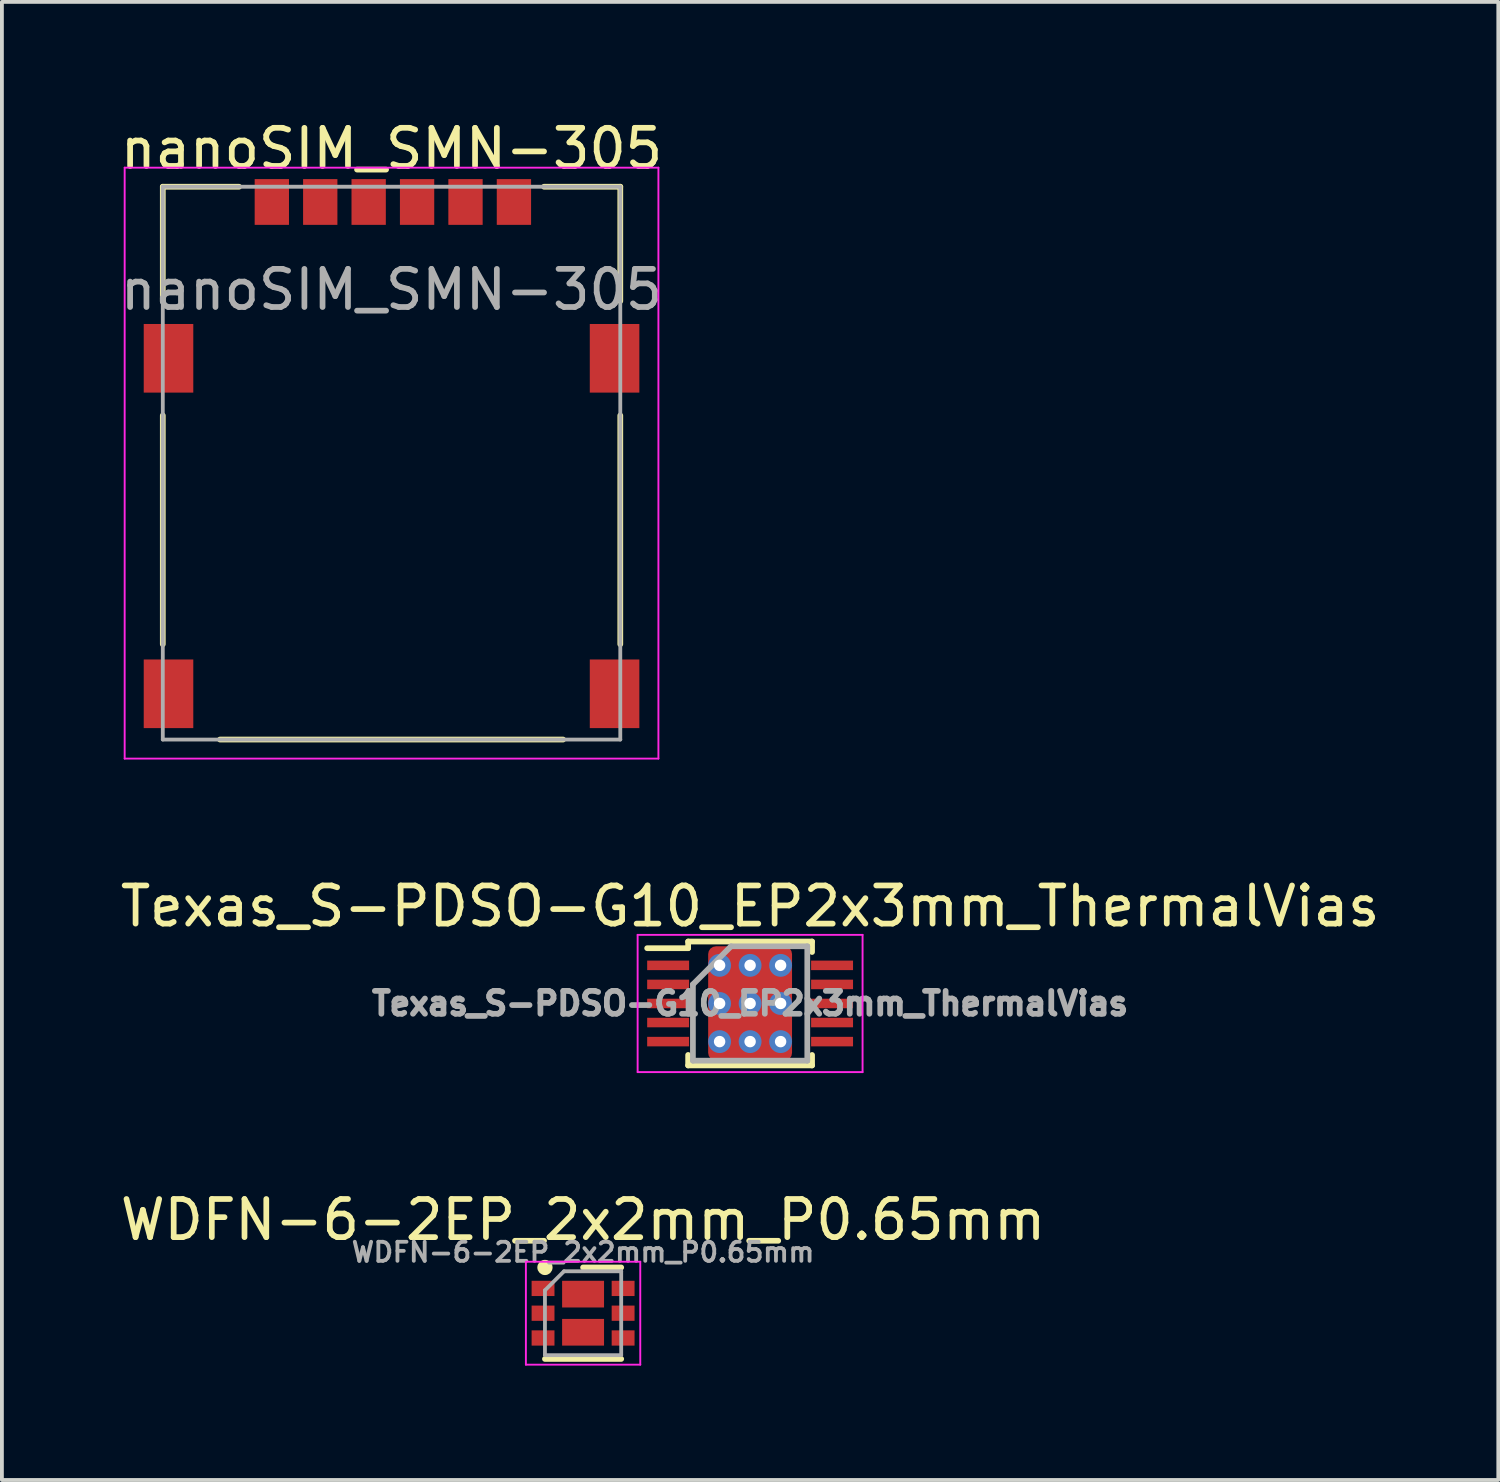
<source format=kicad_pcb>
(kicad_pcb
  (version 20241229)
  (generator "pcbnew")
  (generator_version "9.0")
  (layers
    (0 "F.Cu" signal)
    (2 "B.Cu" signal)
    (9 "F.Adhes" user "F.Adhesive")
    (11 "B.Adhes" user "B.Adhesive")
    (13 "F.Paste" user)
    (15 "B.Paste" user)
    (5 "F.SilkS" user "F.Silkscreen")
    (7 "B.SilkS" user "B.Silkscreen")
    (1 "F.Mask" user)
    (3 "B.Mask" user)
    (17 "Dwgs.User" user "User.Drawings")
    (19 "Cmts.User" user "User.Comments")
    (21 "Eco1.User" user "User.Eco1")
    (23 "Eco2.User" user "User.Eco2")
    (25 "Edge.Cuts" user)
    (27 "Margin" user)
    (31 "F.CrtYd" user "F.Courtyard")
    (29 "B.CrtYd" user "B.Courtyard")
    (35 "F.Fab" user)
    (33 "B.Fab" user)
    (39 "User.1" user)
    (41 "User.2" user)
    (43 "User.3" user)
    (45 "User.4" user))
  (footprint "Texas_S-PDSO-G10_EP2x3mm_ThermalVias"
    (layer "F.Cu")
    (at 16.625 23.271)
    (property "Reference" "Texas_S-PDSO-G10_EP2x3mm_ThermalVias" (at 0 -2.55 0) (layer "F.SilkS") (effects (font (size 1 1) (thickness 0.15))))
    (attr smd)
    (fp_line (start -1.625 -1.625) (end -1.625 -1.45) (stroke (width 0.15) (type solid)) (layer "F.SilkS"))
    (fp_line (start -1.625 -1.625) (end 1.625 -1.625) (stroke (width 0.15) (type solid)) (layer "F.SilkS"))
    (fp_line (start -1.625 -1.45) (end -2.7 -1.45) (stroke (width 0.15) (type solid)) (layer "F.SilkS"))
    (fp_line (start -1.625 1.625) (end -1.625 1.35) (stroke (width 0.15) (type solid)) (layer "F.SilkS"))
    (fp_line (start -1.625 1.625) (end 1.625 1.625) (stroke (width 0.15) (type solid)) (layer "F.SilkS"))
    (fp_line (start 1.625 -1.625) (end 1.625 -1.35) (stroke (width 0.15) (type solid)) (layer "F.SilkS"))
    (fp_line (start 1.625 1.625) (end 1.625 1.35) (stroke (width 0.15) (type solid)) (layer "F.SilkS"))
    (fp_line (start -2.95 -1.8) (end -2.95 1.8) (stroke (width 0.05) (type solid)) (layer "F.CrtYd"))
    (fp_line (start -2.95 -1.8) (end 2.95 -1.8) (stroke (width 0.05) (type solid)) (layer "F.CrtYd"))
    (fp_line (start -2.95 1.8) (end 2.95 1.8) (stroke (width 0.05) (type solid)) (layer "F.CrtYd"))
    (fp_line (start 2.95 -1.8) (end 2.95 1.8) (stroke (width 0.05) (type solid)) (layer "F.CrtYd"))
    (fp_line (start -1.5 -0.5) (end -0.5 -1.5) (stroke (width 0.15) (type solid)) (layer "F.Fab"))
    (fp_line (start -1.5 1.5) (end -1.5 -0.5) (stroke (width 0.15) (type solid)) (layer "F.Fab"))
    (fp_line (start -0.5 -1.5) (end 1.5 -1.5) (stroke (width 0.15) (type solid)) (layer "F.Fab"))
    (fp_line (start 1.5 -1.5) (end 1.5 1.5) (stroke (width 0.15) (type solid)) (layer "F.Fab"))
    (fp_line (start 1.5 1.5) (end -1.5 1.5) (stroke (width 0.15) (type solid)) (layer "F.Fab"))
    (fp_text user "${REFERENCE}" (at 0 0 0) (layer "F.Fab") (effects (font (size 0.6 0.6) (thickness 0.15))))
    (pad "" smd roundrect (at -0.4 -1.3) (size 0.7 0.35) (layers "F.Paste") (roundrect_rratio 0.25))
    (pad "" smd roundrect (at -0.4 -0.5) (size 0.7 0.7) (layers "F.Paste") (roundrect_rratio 0.25))
    (pad "" smd roundrect (at -0.4 0.5) (size 0.7 0.7) (layers "F.Paste") (roundrect_rratio 0.25))
    (pad "" smd roundrect (at -0.4 1.3) (size 0.7 0.35) (layers "F.Paste") (roundrect_rratio 0.25))
    (pad "" smd roundrect (at 0.4 -1.3) (size 0.7 0.35) (layers "F.Paste") (roundrect_rratio 0.25))
    (pad "" smd roundrect (at 0.4 -0.5) (size 0.7 0.7) (layers "F.Paste") (roundrect_rratio 0.25))
    (pad "" smd roundrect (at 0.4 0.5) (size 0.7 0.7) (layers "F.Paste") (roundrect_rratio 0.25))
    (pad "" smd roundrect (at 0.4 1.3) (size 0.7 0.35) (layers "F.Paste") (roundrect_rratio 0.25))
    (pad "1" smd rect (at -2.15 -1) (size 1.1 0.25) (layers "F.Cu" "F.Mask" "F.Paste"))
    (pad "2" smd rect (at -2.15 -0.5) (size 1.1 0.25) (layers "F.Cu" "F.Mask" "F.Paste"))
    (pad "3" smd rect (at -2.15 0) (size 1.1 0.25) (layers "F.Cu" "F.Mask" "F.Paste"))
    (pad "4" smd rect (at -2.15 0.5) (size 1.1 0.25) (layers "F.Cu" "F.Mask" "F.Paste"))
    (pad "5" smd rect (at -2.15 1) (size 1.1 0.25) (layers "F.Cu" "F.Mask" "F.Paste"))
    (pad "6" smd rect (at 2.15 1) (size 1.1 0.25) (layers "F.Cu" "F.Mask" "F.Paste"))
    (pad "7" smd rect (at 2.15 0.5) (size 1.1 0.25) (layers "F.Cu" "F.Mask" "F.Paste"))
    (pad "8" smd rect (at 2.15 0) (size 1.1 0.25) (layers "F.Cu" "F.Mask" "F.Paste"))
    (pad "9" smd rect (at 2.15 -0.5) (size 1.1 0.25) (layers "F.Cu" "F.Mask" "F.Paste"))
    (pad "10" smd rect (at 2.15 -1) (size 1.1 0.25) (layers "F.Cu" "F.Mask" "F.Paste"))
    (pad "11" thru_hole circle (at -0.8 -1) (size 0.6 0.6) (drill 0.3) (layers "*.Cu"))
    (pad "11" thru_hole circle (at -0.8 0) (size 0.6 0.6) (drill 0.3) (layers "*.Cu"))
    (pad "11" thru_hole circle (at -0.8 1) (size 0.6 0.6) (drill 0.3) (layers "*.Cu"))
    (pad "11" thru_hole circle (at 0 -1) (size 0.6 0.6) (drill 0.3) (layers "*.Cu"))
    (pad "11" thru_hole circle (at 0 0) (size 0.6 0.6) (drill 0.3) (layers "*.Cu"))
    (pad "11" smd roundrect (at 0 0) (size 2.2 3) (layers "F.Cu" "F.Mask") (roundrect_rratio 0.093))
    (pad "11" thru_hole circle (at 0 1) (size 0.6 0.6) (drill 0.3) (layers "*.Cu"))
    (pad "11" thru_hole circle (at 0.8 -1 90) (size 0.6 0.6) (drill 0.3) (layers "*.Cu"))
    (pad "11" thru_hole circle (at 0.8 0) (size 0.6 0.6) (drill 0.3) (layers "*.Cu"))
    (pad "11" thru_hole circle (at 0.8 1) (size 0.6 0.6) (drill 0.3) (layers "*.Cu")))
  (footprint "WDFN-6-2EP_2x2mm_P0.65mm"
    (layer "F.Cu")
    (at 12.244 31.395)
    (property "Reference" "WDFN-6-2EP_2x2mm_P0.65mm" (at 0 -2.45 0) (layer "F.SilkS") (effects (font (size 1 1) (thickness 0.15))))
    (attr smd)
    (fp_line (start -1 1.2) (end 1 1.2) (stroke (width 0.15) (type solid)) (layer "F.SilkS"))
    (fp_line (start 0 -1.2) (end 1 -1.2) (stroke (width 0.15) (type solid)) (layer "F.SilkS"))
    (fp_circle (center -1 -1.2) (end -0.9 -1.2) (stroke (width 0.2) (type solid)) (fill no) (layer "F.SilkS"))
    (fp_line (start -1.5 -1.35) (end -1.5 1.35) (stroke (width 0.05) (type solid)) (layer "F.CrtYd"))
    (fp_line (start -1.5 -1.35) (end 1.5 -1.35) (stroke (width 0.05) (type solid)) (layer "F.CrtYd"))
    (fp_line (start -1.5 1.35) (end 1.5 1.35) (stroke (width 0.05) (type solid)) (layer "F.CrtYd"))
    (fp_line (start 1.5 -1.35) (end 1.5 1.35) (stroke (width 0.05) (type solid)) (layer "F.CrtYd"))
    (fp_line (start -1 -0.6) (end -0.5 -1.1) (stroke (width 0.1) (type solid)) (layer "F.Fab"))
    (fp_line (start -1 1.1) (end -1 -0.6) (stroke (width 0.1) (type solid)) (layer "F.Fab"))
    (fp_line (start -0.5 -1.1) (end 1 -1.1) (stroke (width 0.1) (type solid)) (layer "F.Fab"))
    (fp_line (start 1 -1.1) (end 1 1.1) (stroke (width 0.1) (type solid)) (layer "F.Fab"))
    (fp_line (start 1 1.1) (end -1 1.1) (stroke (width 0.1) (type solid)) (layer "F.Fab"))
    (fp_text user "${REFERENCE}" (at 0 -1.6 0) (layer "F.Fab") (effects (font (size 0.5 0.5) (thickness 0.1))))
    (pad "1" smd rect (at -1.05 -0.65) (size 0.6 0.4) (layers "F.Cu" "F.Mask" "F.Paste"))
    (pad "2" smd rect (at -1.05 0) (size 0.6 0.4) (layers "F.Cu" "F.Mask" "F.Paste"))
    (pad "3" smd rect (at -1.05 0.65) (size 0.6 0.4) (layers "F.Cu" "F.Mask" "F.Paste"))
    (pad "4" smd rect (at 1.05 0.65) (size 0.6 0.4) (layers "F.Cu" "F.Mask" "F.Paste"))
    (pad "5" smd rect (at 1.05 0) (size 0.6 0.4) (layers "F.Cu" "F.Mask" "F.Paste"))
    (pad "6" smd rect (at 1.05 -0.65) (size 0.6 0.4) (layers "F.Cu" "F.Mask" "F.Paste"))
    (pad "7" smd rect (at 0 -0.5) (size 1.1 0.7) (layers "F.Cu" "F.Mask" "F.Paste"))
    (pad "8" smd rect (at 0 0.5) (size 1.1 0.7) (layers "F.Cu" "F.Mask" "F.Paste")))
  (footprint "nanoSIM_SMN-305"
    (layer "F.Cu")
    (at 7.22 6.348)
    (property "Reference" "nanoSIM_SMN-305" (at 0 -5.5 0) (layer "F.SilkS") (effects (font (size 1 1) (thickness 0.15))))
    (attr smd)
    (fp_line (start -6 -4.5) (end -4 -4.5) (stroke (width 0.15) (type solid)) (layer "F.SilkS"))
    (fp_line (start -6 -1.5) (end -6 -4.5) (stroke (width 0.15) (type solid)) (layer "F.SilkS"))
    (fp_line (start -6 7.5) (end -6 1.5) (stroke (width 0.15) (type solid)) (layer "F.SilkS"))
    (fp_line (start 4.5 10) (end -4.5 10) (stroke (width 0.15) (type solid)) (layer "F.SilkS"))
    (fp_line (start 6 -4.5) (end 4 -4.5) (stroke (width 0.15) (type solid)) (layer "F.SilkS"))
    (fp_line (start 6 -1.5) (end 6 -4.5) (stroke (width 0.15) (type solid)) (layer "F.SilkS"))
    (fp_line (start 6 7.5) (end 6 1.5) (stroke (width 0.15) (type solid)) (layer "F.SilkS"))
    (fp_line (start -7 -5) (end -7 10.5) (stroke (width 0.05) (type solid)) (layer "F.CrtYd"))
    (fp_line (start -7 -5) (end 7 -5) (stroke (width 0.05) (type solid)) (layer "F.CrtYd"))
    (fp_line (start -7 10.5) (end 7 10.5) (stroke (width 0.05) (type solid)) (layer "F.CrtYd"))
    (fp_line (start 7 -5) (end 7 10.5) (stroke (width 0.05) (type solid)) (layer "F.CrtYd"))
    (fp_line (start -6 -4.5) (end -6 10) (stroke (width 0.1) (type solid)) (layer "F.Fab"))
    (fp_line (start -6 -4.5) (end 6 -4.5) (stroke (width 0.1) (type solid)) (layer "F.Fab"))
    (fp_line (start -6 10) (end 6 10) (stroke (width 0.1) (type solid)) (layer "F.Fab"))
    (fp_line (start 6 -4.5) (end 6 10) (stroke (width 0.1) (type solid)) (layer "F.Fab"))
    (fp_text user "${REFERENCE}" (at 0 -1.8 0) (layer "F.Fab") (effects (font (size 1 1) (thickness 0.15))))
    (pad "C1" smd rect (at -3.14 -4.1) (size 0.9 1.2) (layers "F.Cu" "F.Mask" "F.Paste"))
    (pad "C2" smd rect (at -0.6 -4.1) (size 0.9 1.2) (layers "F.Cu" "F.Mask" "F.Paste"))
    (pad "C3" smd rect (at 1.94 -4.1) (size 0.9 1.2) (layers "F.Cu" "F.Mask" "F.Paste"))
    (pad "C5" smd rect (at -1.87 -4.1) (size 0.9 1.2) (layers "F.Cu" "F.Mask" "F.Paste"))
    (pad "C6" smd rect (at 0.67 -4.1) (size 0.9 1.2) (layers "F.Cu" "F.Mask" "F.Paste"))
    (pad "C7" smd rect (at 3.21 -4.1) (size 0.9 1.2) (layers "F.Cu" "F.Mask" "F.Paste"))
    (pad "SH" smd rect (at -5.85 0) (size 1.3 1.8) (layers "F.Cu" "F.Mask" "F.Paste"))
    (pad "SH" smd rect (at -5.85 8.8) (size 1.3 1.8) (layers "F.Cu" "F.Mask" "F.Paste"))
    (pad "SH" smd rect (at 5.85 0 180) (size 1.3 1.8) (layers "F.Cu" "F.Mask" "F.Paste"))
    (pad "SH" smd rect (at 5.85 8.8) (size 1.3 1.8) (layers "F.Cu" "F.Mask" "F.Paste")))
  (gr_rect
    (start -3 -3)
    (end 36.25 35.77)
    (stroke (width 0.1) (type default))
    (fill no)
    (layer "Edge.Cuts")))
</source>
